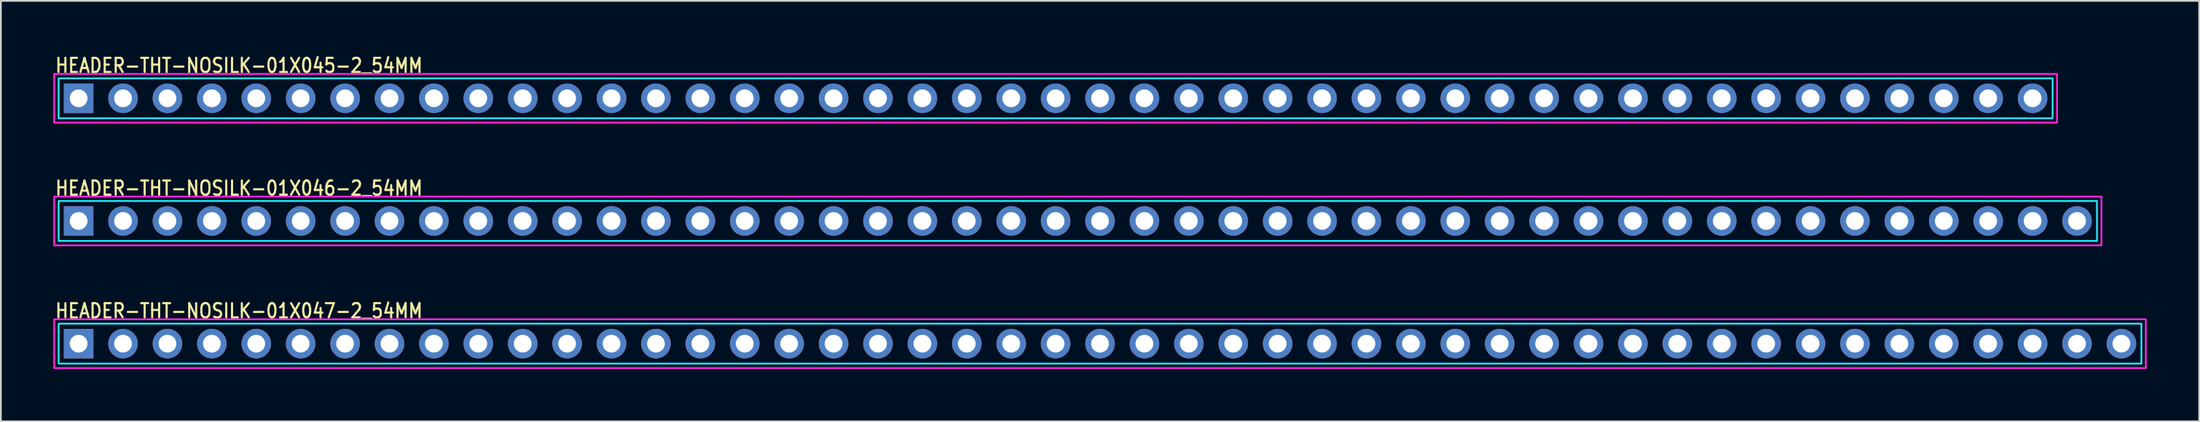
<source format=kicad_pcb>
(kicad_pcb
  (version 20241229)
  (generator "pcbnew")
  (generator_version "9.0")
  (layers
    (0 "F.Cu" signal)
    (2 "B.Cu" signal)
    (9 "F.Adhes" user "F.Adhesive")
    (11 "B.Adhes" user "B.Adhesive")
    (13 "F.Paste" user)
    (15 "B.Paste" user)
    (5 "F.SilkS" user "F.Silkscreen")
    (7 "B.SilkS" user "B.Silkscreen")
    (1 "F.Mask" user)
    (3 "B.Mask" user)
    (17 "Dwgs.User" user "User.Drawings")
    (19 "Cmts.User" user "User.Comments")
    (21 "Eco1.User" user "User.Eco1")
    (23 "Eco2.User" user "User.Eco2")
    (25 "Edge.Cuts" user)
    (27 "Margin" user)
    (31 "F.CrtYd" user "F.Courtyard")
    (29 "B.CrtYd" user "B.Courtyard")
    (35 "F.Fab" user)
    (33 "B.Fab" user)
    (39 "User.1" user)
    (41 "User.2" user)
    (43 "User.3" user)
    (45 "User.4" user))
  (footprint "HEADER-THT-NOSILK-01X047-2_54MM"
    (layer "F.Cu")
    (at 1.447 16.63)
    (property "Reference" "HEADER-THT-NOSILK-01X047-2_54MM" (at -1.4 -1.4 0) (unlocked yes) (layer "F.SilkS") (effects (font (size 0.813 0.695) (thickness 0.122)) (justify left bottom)))
    (fp_poly (pts (xy -1.143 -1.143) (xy 117.983 -1.143) (xy 117.983 1.143) (xy -1.143 1.143)) (stroke (width 0.1) (type solid)) (fill no) (layer "B.CrtYd"))
    (fp_poly (pts (xy -1.397 -1.397) (xy 118.237 -1.397) (xy 118.237 1.397) (xy -1.397 1.397)) (stroke (width 0.1) (type solid)) (fill no) (layer "F.CrtYd"))
    (pad "P$1" thru_hole rect (at 0 0) (size 1.693 1.693) (drill 1.016) (layers "*.Cu" "*.Mask"))
    (pad "P$2" thru_hole oval (at 2.54 0) (size 1.693 1.693) (drill 1.016) (layers "*.Cu" "*.Mask"))
    (pad "P$3" thru_hole oval (at 5.08 0) (size 1.693 1.693) (drill 1.016) (layers "*.Cu" "*.Mask"))
    (pad "P$4" thru_hole oval (at 7.62 0) (size 1.693 1.693) (drill 1.016) (layers "*.Cu" "*.Mask"))
    (pad "P$5" thru_hole oval (at 10.16 0) (size 1.693 1.693) (drill 1.016) (layers "*.Cu" "*.Mask"))
    (pad "P$6" thru_hole oval (at 12.7 0) (size 1.693 1.693) (drill 1.016) (layers "*.Cu" "*.Mask"))
    (pad "P$7" thru_hole oval (at 15.24 0) (size 1.693 1.693) (drill 1.016) (layers "*.Cu" "*.Mask"))
    (pad "P$8" thru_hole oval (at 17.78 0) (size 1.693 1.693) (drill 1.016) (layers "*.Cu" "*.Mask"))
    (pad "P$9" thru_hole oval (at 20.32 0) (size 1.693 1.693) (drill 1.016) (layers "*.Cu" "*.Mask"))
    (pad "P$10" thru_hole oval (at 22.86 0) (size 1.693 1.693) (drill 1.016) (layers "*.Cu" "*.Mask"))
    (pad "P$11" thru_hole oval (at 25.4 0) (size 1.693 1.693) (drill 1.016) (layers "*.Cu" "*.Mask"))
    (pad "P$12" thru_hole oval (at 27.94 0) (size 1.693 1.693) (drill 1.016) (layers "*.Cu" "*.Mask"))
    (pad "P$13" thru_hole oval (at 30.48 0) (size 1.693 1.693) (drill 1.016) (layers "*.Cu" "*.Mask"))
    (pad "P$14" thru_hole oval (at 33.02 0) (size 1.693 1.693) (drill 1.016) (layers "*.Cu" "*.Mask"))
    (pad "P$15" thru_hole oval (at 35.56 0) (size 1.693 1.693) (drill 1.016) (layers "*.Cu" "*.Mask"))
    (pad "P$16" thru_hole oval (at 38.1 0) (size 1.693 1.693) (drill 1.016) (layers "*.Cu" "*.Mask"))
    (pad "P$17" thru_hole oval (at 40.64 0) (size 1.693 1.693) (drill 1.016) (layers "*.Cu" "*.Mask"))
    (pad "P$18" thru_hole oval (at 43.18 0) (size 1.693 1.693) (drill 1.016) (layers "*.Cu" "*.Mask"))
    (pad "P$19" thru_hole oval (at 45.72 0) (size 1.693 1.693) (drill 1.016) (layers "*.Cu" "*.Mask"))
    (pad "P$20" thru_hole oval (at 48.26 0) (size 1.693 1.693) (drill 1.016) (layers "*.Cu" "*.Mask"))
    (pad "P$21" thru_hole oval (at 50.8 0) (size 1.693 1.693) (drill 1.016) (layers "*.Cu" "*.Mask"))
    (pad "P$22" thru_hole oval (at 53.34 0) (size 1.693 1.693) (drill 1.016) (layers "*.Cu" "*.Mask"))
    (pad "P$23" thru_hole oval (at 55.88 0) (size 1.693 1.693) (drill 1.016) (layers "*.Cu" "*.Mask"))
    (pad "P$24" thru_hole oval (at 58.42 0) (size 1.693 1.693) (drill 1.016) (layers "*.Cu" "*.Mask"))
    (pad "P$25" thru_hole oval (at 60.96 0) (size 1.693 1.693) (drill 1.016) (layers "*.Cu" "*.Mask"))
    (pad "P$26" thru_hole oval (at 63.5 0) (size 1.693 1.693) (drill 1.016) (layers "*.Cu" "*.Mask"))
    (pad "P$27" thru_hole oval (at 66.04 0) (size 1.693 1.693) (drill 1.016) (layers "*.Cu" "*.Mask"))
    (pad "P$28" thru_hole oval (at 68.58 0) (size 1.693 1.693) (drill 1.016) (layers "*.Cu" "*.Mask"))
    (pad "P$29" thru_hole oval (at 71.12 0) (size 1.693 1.693) (drill 1.016) (layers "*.Cu" "*.Mask"))
    (pad "P$30" thru_hole oval (at 73.66 0) (size 1.693 1.693) (drill 1.016) (layers "*.Cu" "*.Mask"))
    (pad "P$31" thru_hole oval (at 76.2 0) (size 1.693 1.693) (drill 1.016) (layers "*.Cu" "*.Mask"))
    (pad "P$32" thru_hole oval (at 78.74 0) (size 1.693 1.693) (drill 1.016) (layers "*.Cu" "*.Mask"))
    (pad "P$33" thru_hole oval (at 81.28 0) (size 1.693 1.693) (drill 1.016) (layers "*.Cu" "*.Mask"))
    (pad "P$34" thru_hole oval (at 83.82 0) (size 1.693 1.693) (drill 1.016) (layers "*.Cu" "*.Mask"))
    (pad "P$35" thru_hole oval (at 86.36 0) (size 1.693 1.693) (drill 1.016) (layers "*.Cu" "*.Mask"))
    (pad "P$36" thru_hole oval (at 88.9 0) (size 1.693 1.693) (drill 1.016) (layers "*.Cu" "*.Mask"))
    (pad "P$37" thru_hole oval (at 91.44 0) (size 1.693 1.693) (drill 1.016) (layers "*.Cu" "*.Mask"))
    (pad "P$38" thru_hole oval (at 93.98 0) (size 1.693 1.693) (drill 1.016) (layers "*.Cu" "*.Mask"))
    (pad "P$39" thru_hole oval (at 96.52 0) (size 1.693 1.693) (drill 1.016) (layers "*.Cu" "*.Mask"))
    (pad "P$40" thru_hole oval (at 99.06 0) (size 1.693 1.693) (drill 1.016) (layers "*.Cu" "*.Mask"))
    (pad "P$41" thru_hole oval (at 101.6 0) (size 1.693 1.693) (drill 1.016) (layers "*.Cu" "*.Mask"))
    (pad "P$42" thru_hole oval (at 104.14 0) (size 1.693 1.693) (drill 1.016) (layers "*.Cu" "*.Mask"))
    (pad "P$43" thru_hole oval (at 106.68 0) (size 1.693 1.693) (drill 1.016) (layers "*.Cu" "*.Mask"))
    (pad "P$44" thru_hole oval (at 109.22 0) (size 1.693 1.693) (drill 1.016) (layers "*.Cu" "*.Mask"))
    (pad "P$45" thru_hole oval (at 111.76 0) (size 1.693 1.693) (drill 1.016) (layers "*.Cu" "*.Mask"))
    (pad "P$46" thru_hole oval (at 114.3 0) (size 1.693 1.693) (drill 1.016) (layers "*.Cu" "*.Mask"))
    (pad "P$47" thru_hole oval (at 116.84 0) (size 1.693 1.693) (drill 1.016) (layers "*.Cu" "*.Mask")))
  (footprint "HEADER-THT-NOSILK-01X045-2_54MM"
    (layer "F.Cu")
    (at 1.447 2.579)
    (property "Reference" "HEADER-THT-NOSILK-01X045-2_54MM" (at -1.4 -1.4 0) (unlocked yes) (layer "F.SilkS") (effects (font (size 0.813 0.695) (thickness 0.122)) (justify left bottom)))
    (fp_poly (pts (xy -1.143 -1.143) (xy 112.903 -1.143) (xy 112.903 1.143) (xy -1.143 1.143)) (stroke (width 0.1) (type solid)) (fill no) (layer "B.CrtYd"))
    (fp_poly (pts (xy -1.397 -1.397) (xy 113.157 -1.397) (xy 113.157 1.397) (xy -1.397 1.397)) (stroke (width 0.1) (type solid)) (fill no) (layer "F.CrtYd"))
    (pad "P$1" thru_hole rect (at 0 0) (size 1.693 1.693) (drill 1.016) (layers "*.Cu" "*.Mask"))
    (pad "P$2" thru_hole oval (at 2.54 0) (size 1.693 1.693) (drill 1.016) (layers "*.Cu" "*.Mask"))
    (pad "P$3" thru_hole oval (at 5.08 0) (size 1.693 1.693) (drill 1.016) (layers "*.Cu" "*.Mask"))
    (pad "P$4" thru_hole oval (at 7.62 0) (size 1.693 1.693) (drill 1.016) (layers "*.Cu" "*.Mask"))
    (pad "P$5" thru_hole oval (at 10.16 0) (size 1.693 1.693) (drill 1.016) (layers "*.Cu" "*.Mask"))
    (pad "P$6" thru_hole oval (at 12.7 0) (size 1.693 1.693) (drill 1.016) (layers "*.Cu" "*.Mask"))
    (pad "P$7" thru_hole oval (at 15.24 0) (size 1.693 1.693) (drill 1.016) (layers "*.Cu" "*.Mask"))
    (pad "P$8" thru_hole oval (at 17.78 0) (size 1.693 1.693) (drill 1.016) (layers "*.Cu" "*.Mask"))
    (pad "P$9" thru_hole oval (at 20.32 0) (size 1.693 1.693) (drill 1.016) (layers "*.Cu" "*.Mask"))
    (pad "P$10" thru_hole oval (at 22.86 0) (size 1.693 1.693) (drill 1.016) (layers "*.Cu" "*.Mask"))
    (pad "P$11" thru_hole oval (at 25.4 0) (size 1.693 1.693) (drill 1.016) (layers "*.Cu" "*.Mask"))
    (pad "P$12" thru_hole oval (at 27.94 0) (size 1.693 1.693) (drill 1.016) (layers "*.Cu" "*.Mask"))
    (pad "P$13" thru_hole oval (at 30.48 0) (size 1.693 1.693) (drill 1.016) (layers "*.Cu" "*.Mask"))
    (pad "P$14" thru_hole oval (at 33.02 0) (size 1.693 1.693) (drill 1.016) (layers "*.Cu" "*.Mask"))
    (pad "P$15" thru_hole oval (at 35.56 0) (size 1.693 1.693) (drill 1.016) (layers "*.Cu" "*.Mask"))
    (pad "P$16" thru_hole oval (at 38.1 0) (size 1.693 1.693) (drill 1.016) (layers "*.Cu" "*.Mask"))
    (pad "P$17" thru_hole oval (at 40.64 0) (size 1.693 1.693) (drill 1.016) (layers "*.Cu" "*.Mask"))
    (pad "P$18" thru_hole oval (at 43.18 0) (size 1.693 1.693) (drill 1.016) (layers "*.Cu" "*.Mask"))
    (pad "P$19" thru_hole oval (at 45.72 0) (size 1.693 1.693) (drill 1.016) (layers "*.Cu" "*.Mask"))
    (pad "P$20" thru_hole oval (at 48.26 0) (size 1.693 1.693) (drill 1.016) (layers "*.Cu" "*.Mask"))
    (pad "P$21" thru_hole oval (at 50.8 0) (size 1.693 1.693) (drill 1.016) (layers "*.Cu" "*.Mask"))
    (pad "P$22" thru_hole oval (at 53.34 0) (size 1.693 1.693) (drill 1.016) (layers "*.Cu" "*.Mask"))
    (pad "P$23" thru_hole oval (at 55.88 0) (size 1.693 1.693) (drill 1.016) (layers "*.Cu" "*.Mask"))
    (pad "P$24" thru_hole oval (at 58.42 0) (size 1.693 1.693) (drill 1.016) (layers "*.Cu" "*.Mask"))
    (pad "P$25" thru_hole oval (at 60.96 0) (size 1.693 1.693) (drill 1.016) (layers "*.Cu" "*.Mask"))
    (pad "P$26" thru_hole oval (at 63.5 0) (size 1.693 1.693) (drill 1.016) (layers "*.Cu" "*.Mask"))
    (pad "P$27" thru_hole oval (at 66.04 0) (size 1.693 1.693) (drill 1.016) (layers "*.Cu" "*.Mask"))
    (pad "P$28" thru_hole oval (at 68.58 0) (size 1.693 1.693) (drill 1.016) (layers "*.Cu" "*.Mask"))
    (pad "P$29" thru_hole oval (at 71.12 0) (size 1.693 1.693) (drill 1.016) (layers "*.Cu" "*.Mask"))
    (pad "P$30" thru_hole oval (at 73.66 0) (size 1.693 1.693) (drill 1.016) (layers "*.Cu" "*.Mask"))
    (pad "P$31" thru_hole oval (at 76.2 0) (size 1.693 1.693) (drill 1.016) (layers "*.Cu" "*.Mask"))
    (pad "P$32" thru_hole oval (at 78.74 0) (size 1.693 1.693) (drill 1.016) (layers "*.Cu" "*.Mask"))
    (pad "P$33" thru_hole oval (at 81.28 0) (size 1.693 1.693) (drill 1.016) (layers "*.Cu" "*.Mask"))
    (pad "P$34" thru_hole oval (at 83.82 0) (size 1.693 1.693) (drill 1.016) (layers "*.Cu" "*.Mask"))
    (pad "P$35" thru_hole oval (at 86.36 0) (size 1.693 1.693) (drill 1.016) (layers "*.Cu" "*.Mask"))
    (pad "P$36" thru_hole oval (at 88.9 0) (size 1.693 1.693) (drill 1.016) (layers "*.Cu" "*.Mask"))
    (pad "P$37" thru_hole oval (at 91.44 0) (size 1.693 1.693) (drill 1.016) (layers "*.Cu" "*.Mask"))
    (pad "P$38" thru_hole oval (at 93.98 0) (size 1.693 1.693) (drill 1.016) (layers "*.Cu" "*.Mask"))
    (pad "P$39" thru_hole oval (at 96.52 0) (size 1.693 1.693) (drill 1.016) (layers "*.Cu" "*.Mask"))
    (pad "P$40" thru_hole oval (at 99.06 0) (size 1.693 1.693) (drill 1.016) (layers "*.Cu" "*.Mask"))
    (pad "P$41" thru_hole oval (at 101.6 0) (size 1.693 1.693) (drill 1.016) (layers "*.Cu" "*.Mask"))
    (pad "P$42" thru_hole oval (at 104.14 0) (size 1.693 1.693) (drill 1.016) (layers "*.Cu" "*.Mask"))
    (pad "P$43" thru_hole oval (at 106.68 0) (size 1.693 1.693) (drill 1.016) (layers "*.Cu" "*.Mask"))
    (pad "P$44" thru_hole oval (at 109.22 0) (size 1.693 1.693) (drill 1.016) (layers "*.Cu" "*.Mask"))
    (pad "P$45" thru_hole oval (at 111.76 0) (size 1.693 1.693) (drill 1.016) (layers "*.Cu" "*.Mask")))
  (footprint "HEADER-THT-NOSILK-01X046-2_54MM"
    (layer "F.Cu")
    (at 1.447 9.604)
    (property "Reference" "HEADER-THT-NOSILK-01X046-2_54MM" (at -1.4 -1.4 0) (unlocked yes) (layer "F.SilkS") (effects (font (size 0.813 0.695) (thickness 0.122)) (justify left bottom)))
    (fp_poly (pts (xy -1.143 -1.143) (xy 115.443 -1.143) (xy 115.443 1.143) (xy -1.143 1.143)) (stroke (width 0.1) (type solid)) (fill no) (layer "B.CrtYd"))
    (fp_poly (pts (xy -1.397 -1.397) (xy 115.697 -1.397) (xy 115.697 1.397) (xy -1.397 1.397)) (stroke (width 0.1) (type solid)) (fill no) (layer "F.CrtYd"))
    (pad "P$1" thru_hole rect (at 0 0) (size 1.693 1.693) (drill 1.016) (layers "*.Cu" "*.Mask"))
    (pad "P$2" thru_hole oval (at 2.54 0) (size 1.693 1.693) (drill 1.016) (layers "*.Cu" "*.Mask"))
    (pad "P$3" thru_hole oval (at 5.08 0) (size 1.693 1.693) (drill 1.016) (layers "*.Cu" "*.Mask"))
    (pad "P$4" thru_hole oval (at 7.62 0) (size 1.693 1.693) (drill 1.016) (layers "*.Cu" "*.Mask"))
    (pad "P$5" thru_hole oval (at 10.16 0) (size 1.693 1.693) (drill 1.016) (layers "*.Cu" "*.Mask"))
    (pad "P$6" thru_hole oval (at 12.7 0) (size 1.693 1.693) (drill 1.016) (layers "*.Cu" "*.Mask"))
    (pad "P$7" thru_hole oval (at 15.24 0) (size 1.693 1.693) (drill 1.016) (layers "*.Cu" "*.Mask"))
    (pad "P$8" thru_hole oval (at 17.78 0) (size 1.693 1.693) (drill 1.016) (layers "*.Cu" "*.Mask"))
    (pad "P$9" thru_hole oval (at 20.32 0) (size 1.693 1.693) (drill 1.016) (layers "*.Cu" "*.Mask"))
    (pad "P$10" thru_hole oval (at 22.86 0) (size 1.693 1.693) (drill 1.016) (layers "*.Cu" "*.Mask"))
    (pad "P$11" thru_hole oval (at 25.4 0) (size 1.693 1.693) (drill 1.016) (layers "*.Cu" "*.Mask"))
    (pad "P$12" thru_hole oval (at 27.94 0) (size 1.693 1.693) (drill 1.016) (layers "*.Cu" "*.Mask"))
    (pad "P$13" thru_hole oval (at 30.48 0) (size 1.693 1.693) (drill 1.016) (layers "*.Cu" "*.Mask"))
    (pad "P$14" thru_hole oval (at 33.02 0) (size 1.693 1.693) (drill 1.016) (layers "*.Cu" "*.Mask"))
    (pad "P$15" thru_hole oval (at 35.56 0) (size 1.693 1.693) (drill 1.016) (layers "*.Cu" "*.Mask"))
    (pad "P$16" thru_hole oval (at 38.1 0) (size 1.693 1.693) (drill 1.016) (layers "*.Cu" "*.Mask"))
    (pad "P$17" thru_hole oval (at 40.64 0) (size 1.693 1.693) (drill 1.016) (layers "*.Cu" "*.Mask"))
    (pad "P$18" thru_hole oval (at 43.18 0) (size 1.693 1.693) (drill 1.016) (layers "*.Cu" "*.Mask"))
    (pad "P$19" thru_hole oval (at 45.72 0) (size 1.693 1.693) (drill 1.016) (layers "*.Cu" "*.Mask"))
    (pad "P$20" thru_hole oval (at 48.26 0) (size 1.693 1.693) (drill 1.016) (layers "*.Cu" "*.Mask"))
    (pad "P$21" thru_hole oval (at 50.8 0) (size 1.693 1.693) (drill 1.016) (layers "*.Cu" "*.Mask"))
    (pad "P$22" thru_hole oval (at 53.34 0) (size 1.693 1.693) (drill 1.016) (layers "*.Cu" "*.Mask"))
    (pad "P$23" thru_hole oval (at 55.88 0) (size 1.693 1.693) (drill 1.016) (layers "*.Cu" "*.Mask"))
    (pad "P$24" thru_hole oval (at 58.42 0) (size 1.693 1.693) (drill 1.016) (layers "*.Cu" "*.Mask"))
    (pad "P$25" thru_hole oval (at 60.96 0) (size 1.693 1.693) (drill 1.016) (layers "*.Cu" "*.Mask"))
    (pad "P$26" thru_hole oval (at 63.5 0) (size 1.693 1.693) (drill 1.016) (layers "*.Cu" "*.Mask"))
    (pad "P$27" thru_hole oval (at 66.04 0) (size 1.693 1.693) (drill 1.016) (layers "*.Cu" "*.Mask"))
    (pad "P$28" thru_hole oval (at 68.58 0) (size 1.693 1.693) (drill 1.016) (layers "*.Cu" "*.Mask"))
    (pad "P$29" thru_hole oval (at 71.12 0) (size 1.693 1.693) (drill 1.016) (layers "*.Cu" "*.Mask"))
    (pad "P$30" thru_hole oval (at 73.66 0) (size 1.693 1.693) (drill 1.016) (layers "*.Cu" "*.Mask"))
    (pad "P$31" thru_hole oval (at 76.2 0) (size 1.693 1.693) (drill 1.016) (layers "*.Cu" "*.Mask"))
    (pad "P$32" thru_hole oval (at 78.74 0) (size 1.693 1.693) (drill 1.016) (layers "*.Cu" "*.Mask"))
    (pad "P$33" thru_hole oval (at 81.28 0) (size 1.693 1.693) (drill 1.016) (layers "*.Cu" "*.Mask"))
    (pad "P$34" thru_hole oval (at 83.82 0) (size 1.693 1.693) (drill 1.016) (layers "*.Cu" "*.Mask"))
    (pad "P$35" thru_hole oval (at 86.36 0) (size 1.693 1.693) (drill 1.016) (layers "*.Cu" "*.Mask"))
    (pad "P$36" thru_hole oval (at 88.9 0) (size 1.693 1.693) (drill 1.016) (layers "*.Cu" "*.Mask"))
    (pad "P$37" thru_hole oval (at 91.44 0) (size 1.693 1.693) (drill 1.016) (layers "*.Cu" "*.Mask"))
    (pad "P$38" thru_hole oval (at 93.98 0) (size 1.693 1.693) (drill 1.016) (layers "*.Cu" "*.Mask"))
    (pad "P$39" thru_hole oval (at 96.52 0) (size 1.693 1.693) (drill 1.016) (layers "*.Cu" "*.Mask"))
    (pad "P$40" thru_hole oval (at 99.06 0) (size 1.693 1.693) (drill 1.016) (layers "*.Cu" "*.Mask"))
    (pad "P$41" thru_hole oval (at 101.6 0) (size 1.693 1.693) (drill 1.016) (layers "*.Cu" "*.Mask"))
    (pad "P$42" thru_hole oval (at 104.14 0) (size 1.693 1.693) (drill 1.016) (layers "*.Cu" "*.Mask"))
    (pad "P$43" thru_hole oval (at 106.68 0) (size 1.693 1.693) (drill 1.016) (layers "*.Cu" "*.Mask"))
    (pad "P$44" thru_hole oval (at 109.22 0) (size 1.693 1.693) (drill 1.016) (layers "*.Cu" "*.Mask"))
    (pad "P$45" thru_hole oval (at 111.76 0) (size 1.693 1.693) (drill 1.016) (layers "*.Cu" "*.Mask"))
    (pad "P$46" thru_hole oval (at 114.3 0) (size 1.693 1.693) (drill 1.016) (layers "*.Cu" "*.Mask")))
  (gr_rect
    (start -3 -3)
    (end 122.734 21.077)
    (stroke (width 0.1) (type default))
    (fill no)
    (layer "Edge.Cuts")))
</source>
